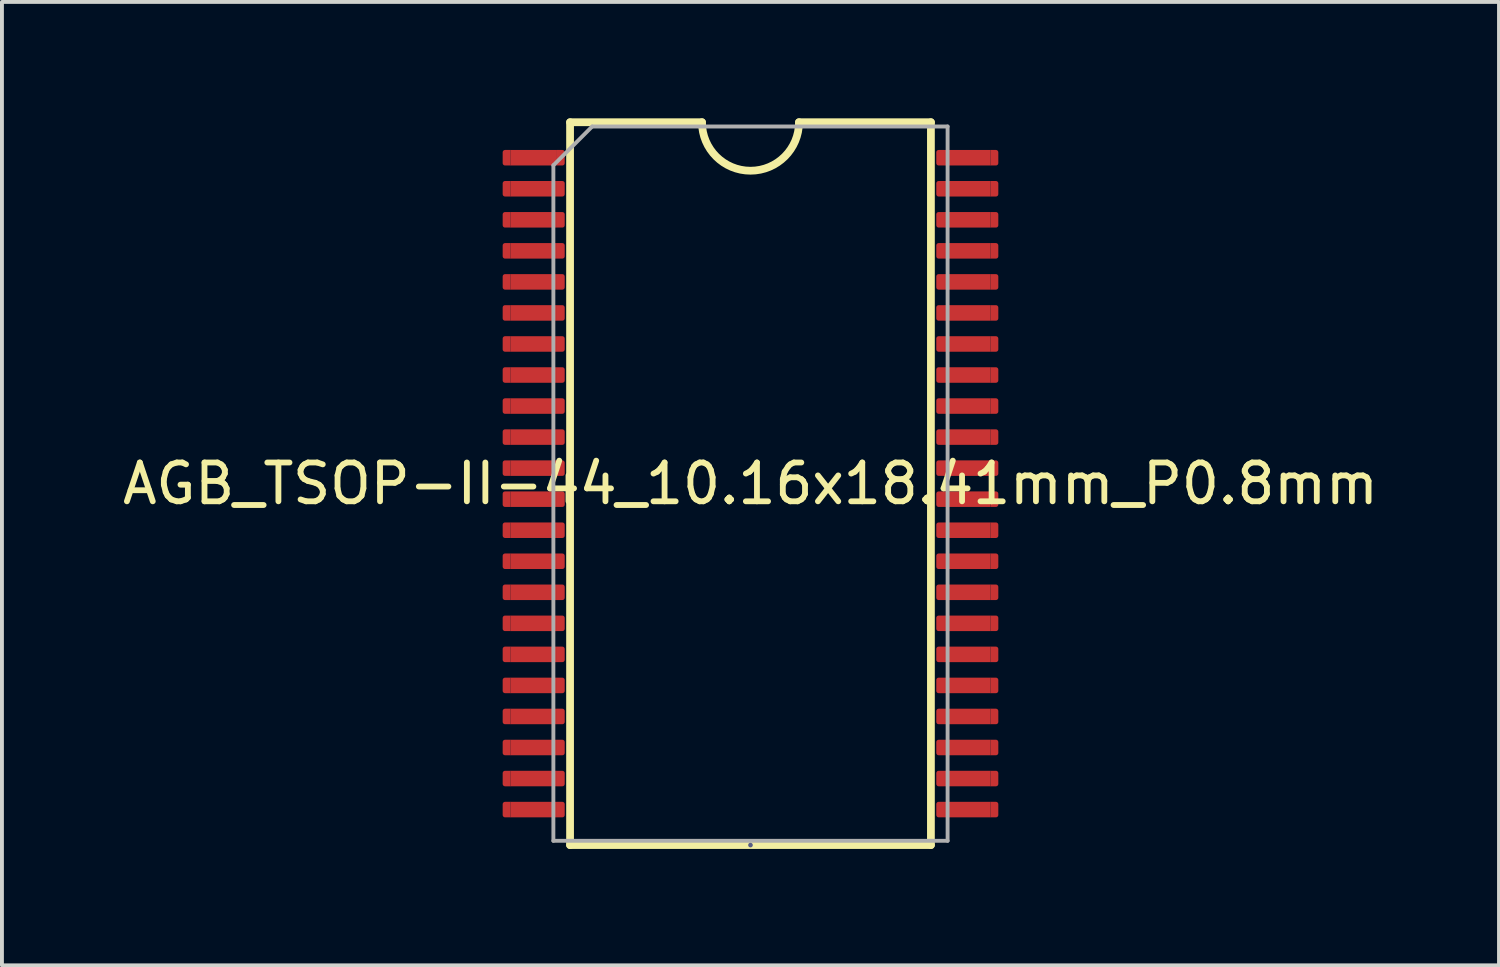
<source format=kicad_pcb>
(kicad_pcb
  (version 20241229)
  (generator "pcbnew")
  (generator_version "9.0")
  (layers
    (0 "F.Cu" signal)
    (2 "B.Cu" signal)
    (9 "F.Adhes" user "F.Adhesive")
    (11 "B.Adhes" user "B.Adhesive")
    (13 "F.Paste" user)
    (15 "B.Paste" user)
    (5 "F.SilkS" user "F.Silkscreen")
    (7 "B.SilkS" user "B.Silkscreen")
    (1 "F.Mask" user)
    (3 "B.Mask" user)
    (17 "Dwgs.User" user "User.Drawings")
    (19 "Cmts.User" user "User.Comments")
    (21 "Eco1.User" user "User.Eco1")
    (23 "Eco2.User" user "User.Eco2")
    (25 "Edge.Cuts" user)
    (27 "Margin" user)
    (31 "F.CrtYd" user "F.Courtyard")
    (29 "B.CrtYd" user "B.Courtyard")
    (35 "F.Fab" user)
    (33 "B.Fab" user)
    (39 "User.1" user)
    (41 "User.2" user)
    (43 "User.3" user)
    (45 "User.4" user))
  (footprint "AGB_TSOP-II-44_10.16x18.41mm_P0.8mm"
    (layer "F.Cu")
    (at 16.292 9.415)
    (property "Reference" "AGB_TSOP-II-44_10.16x18.41mm_P0.8mm" (at 0 0 0) (layer "F.SilkS") (effects (font (size 1 1) (thickness 0.15))))
    (attr smd)
    (fp_line (start -4.65 -9.315) (end -4.65 9.315) (stroke (width 0.2) (type solid)) (layer "F.SilkS"))
    (fp_line (start -4.65 9.315) (end 4.65 9.315) (stroke (width 0.2) (type solid)) (layer "F.SilkS"))
    (fp_line (start -1.25 -9.315) (end -4.65 -9.315) (stroke (width 0.2) (type solid)) (layer "F.SilkS"))
    (fp_line (start 1.25 -9.315) (end 4.65 -9.315) (stroke (width 0.2) (type solid)) (layer "F.SilkS"))
    (fp_line (start 4.65 -9.315) (end 4.65 9.315) (stroke (width 0.2) (type solid)) (layer "F.SilkS"))
    (fp_arc (start 1.25 -9.315) (mid 0 -8.065) (end -1.25 -9.315) (stroke (width 0.2) (type solid)) (layer "F.SilkS"))
    (fp_line (start 0 9.315) (end 0 9.315) (stroke (width 0.12) (type solid)) (layer "B.Fab"))
    (fp_line (start -5.08 -8.205) (end -4.08 -9.205) (stroke (width 0.1) (type solid)) (layer "F.Fab"))
    (fp_line (start -5.08 9.205) (end -5.08 -8.205) (stroke (width 0.1) (type solid)) (layer "F.Fab"))
    (fp_line (start -4.08 -9.205) (end 5.08 -9.205) (stroke (width 0.1) (type solid)) (layer "F.Fab"))
    (fp_line (start 5.08 -9.205) (end 5.08 9.205) (stroke (width 0.1) (type solid)) (layer "F.Fab"))
    (fp_line (start 5.08 9.205) (end -5.08 9.205) (stroke (width 0.1) (type solid)) (layer "F.Fab"))
    (pad "1" smd roundrect (at -6.287 -8.4) (size 0.2 0.4) (layers "F.Cu" "F.Paste") (roundrect_rratio 0.3) (chamfer_ratio 0) (chamfer top_right bottom_right))
    (pad "1" smd rect (at -5.588 -8.4) (size 1.2 0.4) (layers "F.Cu" "F.Mask" "F.Paste"))
    (pad "1" smd roundrect (at -4.888 -8.4 180) (size 0.2 0.4) (layers "F.Cu" "F.Paste") (roundrect_rratio 0.3) (chamfer_ratio 0) (chamfer top_right bottom_right))
    (pad "2" smd roundrect (at -6.287 -7.6) (size 0.2 0.4) (layers "F.Cu" "F.Paste") (roundrect_rratio 0.3) (chamfer_ratio 0) (chamfer top_right bottom_right))
    (pad "2" smd rect (at -5.588 -7.6) (size 1.2 0.4) (layers "F.Cu" "F.Mask" "F.Paste"))
    (pad "2" smd roundrect (at -4.888 -7.6 180) (size 0.2 0.4) (layers "F.Cu" "F.Paste") (roundrect_rratio 0.3) (chamfer_ratio 0) (chamfer top_right bottom_right))
    (pad "3" smd roundrect (at -6.287 -6.8) (size 0.2 0.4) (layers "F.Cu" "F.Paste") (roundrect_rratio 0.3) (chamfer_ratio 0) (chamfer top_right bottom_right))
    (pad "3" smd rect (at -5.588 -6.8) (size 1.2 0.4) (layers "F.Cu" "F.Mask" "F.Paste"))
    (pad "3" smd roundrect (at -4.888 -6.8 180) (size 0.2 0.4) (layers "F.Cu" "F.Paste") (roundrect_rratio 0.3) (chamfer_ratio 0) (chamfer top_right bottom_right))
    (pad "4" smd roundrect (at -6.287 -6) (size 0.2 0.4) (layers "F.Cu" "F.Paste") (roundrect_rratio 0.3) (chamfer_ratio 0) (chamfer top_right bottom_right))
    (pad "4" smd rect (at -5.588 -6) (size 1.2 0.4) (layers "F.Cu" "F.Mask" "F.Paste"))
    (pad "4" smd roundrect (at -4.888 -6 180) (size 0.2 0.4) (layers "F.Cu" "F.Paste") (roundrect_rratio 0.3) (chamfer_ratio 0) (chamfer top_right bottom_right))
    (pad "5" smd roundrect (at -6.287 -5.2) (size 0.2 0.4) (layers "F.Cu" "F.Paste") (roundrect_rratio 0.3) (chamfer_ratio 0) (chamfer top_right bottom_right))
    (pad "5" smd rect (at -5.588 -5.2) (size 1.2 0.4) (layers "F.Cu" "F.Mask" "F.Paste"))
    (pad "5" smd roundrect (at -4.888 -5.2 180) (size 0.2 0.4) (layers "F.Cu" "F.Paste") (roundrect_rratio 0.3) (chamfer_ratio 0) (chamfer top_right bottom_right))
    (pad "6" smd roundrect (at -6.287 -4.4) (size 0.2 0.4) (layers "F.Cu" "F.Paste") (roundrect_rratio 0.3) (chamfer_ratio 0) (chamfer top_right bottom_right))
    (pad "6" smd rect (at -5.588 -4.4) (size 1.2 0.4) (layers "F.Cu" "F.Mask" "F.Paste"))
    (pad "6" smd roundrect (at -4.888 -4.4 180) (size 0.2 0.4) (layers "F.Cu" "F.Paste") (roundrect_rratio 0.3) (chamfer_ratio 0) (chamfer top_right bottom_right))
    (pad "7" smd roundrect (at -6.287 -3.6) (size 0.2 0.4) (layers "F.Cu" "F.Paste") (roundrect_rratio 0.3) (chamfer_ratio 0) (chamfer top_right bottom_right))
    (pad "7" smd rect (at -5.588 -3.6) (size 1.2 0.4) (layers "F.Cu" "F.Mask" "F.Paste"))
    (pad "7" smd roundrect (at -4.888 -3.6 180) (size 0.2 0.4) (layers "F.Cu" "F.Paste") (roundrect_rratio 0.3) (chamfer_ratio 0) (chamfer top_right bottom_right))
    (pad "8" smd roundrect (at -6.287 -2.8) (size 0.2 0.4) (layers "F.Cu" "F.Paste") (roundrect_rratio 0.3) (chamfer_ratio 0) (chamfer top_right bottom_right))
    (pad "8" smd rect (at -5.588 -2.8) (size 1.2 0.4) (layers "F.Cu" "F.Mask" "F.Paste"))
    (pad "8" smd roundrect (at -4.888 -2.8 180) (size 0.2 0.4) (layers "F.Cu" "F.Paste") (roundrect_rratio 0.3) (chamfer_ratio 0) (chamfer top_right bottom_right))
    (pad "9" smd roundrect (at -6.287 -2) (size 0.2 0.4) (layers "F.Cu" "F.Paste") (roundrect_rratio 0.3) (chamfer_ratio 0) (chamfer top_right bottom_right))
    (pad "9" smd rect (at -5.588 -2) (size 1.2 0.4) (layers "F.Cu" "F.Mask" "F.Paste"))
    (pad "9" smd roundrect (at -4.888 -2 180) (size 0.2 0.4) (layers "F.Cu" "F.Paste") (roundrect_rratio 0.3) (chamfer_ratio 0) (chamfer top_right bottom_right))
    (pad "10" smd roundrect (at -6.287 -1.2) (size 0.2 0.4) (layers "F.Cu" "F.Paste") (roundrect_rratio 0.3) (chamfer_ratio 0) (chamfer top_right bottom_right))
    (pad "10" smd rect (at -5.588 -1.2) (size 1.2 0.4) (layers "F.Cu" "F.Mask" "F.Paste"))
    (pad "10" smd roundrect (at -4.888 -1.2 180) (size 0.2 0.4) (layers "F.Cu" "F.Paste") (roundrect_rratio 0.3) (chamfer_ratio 0) (chamfer top_right bottom_right))
    (pad "11" smd roundrect (at -6.287 -0.4) (size 0.2 0.4) (layers "F.Cu" "F.Paste") (roundrect_rratio 0.3) (chamfer_ratio 0) (chamfer top_right bottom_right))
    (pad "11" smd rect (at -5.588 -0.4) (size 1.2 0.4) (layers "F.Cu" "F.Mask" "F.Paste"))
    (pad "11" smd roundrect (at -4.888 -0.4 180) (size 0.2 0.4) (layers "F.Cu" "F.Paste") (roundrect_rratio 0.3) (chamfer_ratio 0) (chamfer top_right bottom_right))
    (pad "12" smd roundrect (at -6.287 0.4) (size 0.2 0.4) (layers "F.Cu" "F.Paste") (roundrect_rratio 0.3) (chamfer_ratio 0) (chamfer top_right bottom_right))
    (pad "12" smd rect (at -5.588 0.4) (size 1.2 0.4) (layers "F.Cu" "F.Mask" "F.Paste"))
    (pad "12" smd roundrect (at -4.888 0.4 180) (size 0.2 0.4) (layers "F.Cu" "F.Paste") (roundrect_rratio 0.3) (chamfer_ratio 0) (chamfer top_right bottom_right))
    (pad "13" smd roundrect (at -6.287 1.2) (size 0.2 0.4) (layers "F.Cu" "F.Paste") (roundrect_rratio 0.3) (chamfer_ratio 0) (chamfer top_right bottom_right))
    (pad "13" smd rect (at -5.588 1.2) (size 1.2 0.4) (layers "F.Cu" "F.Mask" "F.Paste"))
    (pad "13" smd roundrect (at -4.888 1.2 180) (size 0.2 0.4) (layers "F.Cu" "F.Paste") (roundrect_rratio 0.3) (chamfer_ratio 0) (chamfer top_right bottom_right))
    (pad "14" smd roundrect (at -6.287 2) (size 0.2 0.4) (layers "F.Cu" "F.Paste") (roundrect_rratio 0.3) (chamfer_ratio 0) (chamfer top_right bottom_right))
    (pad "14" smd rect (at -5.588 2) (size 1.2 0.4) (layers "F.Cu" "F.Mask" "F.Paste"))
    (pad "14" smd roundrect (at -4.888 2 180) (size 0.2 0.4) (layers "F.Cu" "F.Paste") (roundrect_rratio 0.3) (chamfer_ratio 0) (chamfer top_right bottom_right))
    (pad "15" smd roundrect (at -6.287 2.8) (size 0.2 0.4) (layers "F.Cu" "F.Paste") (roundrect_rratio 0.3) (chamfer_ratio 0) (chamfer top_right bottom_right))
    (pad "15" smd rect (at -5.588 2.8) (size 1.2 0.4) (layers "F.Cu" "F.Mask" "F.Paste"))
    (pad "15" smd roundrect (at -4.888 2.8 180) (size 0.2 0.4) (layers "F.Cu" "F.Paste") (roundrect_rratio 0.3) (chamfer_ratio 0) (chamfer top_right bottom_right))
    (pad "16" smd roundrect (at -6.287 3.6) (size 0.2 0.4) (layers "F.Cu" "F.Paste") (roundrect_rratio 0.3) (chamfer_ratio 0) (chamfer top_right bottom_right))
    (pad "16" smd rect (at -5.588 3.6) (size 1.2 0.4) (layers "F.Cu" "F.Mask" "F.Paste"))
    (pad "16" smd roundrect (at -4.888 3.6 180) (size 0.2 0.4) (layers "F.Cu" "F.Paste") (roundrect_rratio 0.3) (chamfer_ratio 0) (chamfer top_right bottom_right))
    (pad "17" smd roundrect (at -6.287 4.4) (size 0.2 0.4) (layers "F.Cu" "F.Paste") (roundrect_rratio 0.3) (chamfer_ratio 0) (chamfer top_right bottom_right))
    (pad "17" smd rect (at -5.588 4.4) (size 1.2 0.4) (layers "F.Cu" "F.Mask" "F.Paste"))
    (pad "17" smd roundrect (at -4.888 4.4 180) (size 0.2 0.4) (layers "F.Cu" "F.Paste") (roundrect_rratio 0.3) (chamfer_ratio 0) (chamfer top_right bottom_right))
    (pad "18" smd roundrect (at -6.287 5.2) (size 0.2 0.4) (layers "F.Cu" "F.Paste") (roundrect_rratio 0.3) (chamfer_ratio 0) (chamfer top_right bottom_right))
    (pad "18" smd rect (at -5.588 5.2) (size 1.2 0.4) (layers "F.Cu" "F.Mask" "F.Paste"))
    (pad "18" smd roundrect (at -4.888 5.2 180) (size 0.2 0.4) (layers "F.Cu" "F.Paste") (roundrect_rratio 0.3) (chamfer_ratio 0) (chamfer top_right bottom_right))
    (pad "19" smd roundrect (at -6.287 6) (size 0.2 0.4) (layers "F.Cu" "F.Paste") (roundrect_rratio 0.3) (chamfer_ratio 0) (chamfer top_right bottom_right))
    (pad "19" smd rect (at -5.588 6) (size 1.2 0.4) (layers "F.Cu" "F.Mask" "F.Paste"))
    (pad "19" smd roundrect (at -4.888 6 180) (size 0.2 0.4) (layers "F.Cu" "F.Paste") (roundrect_rratio 0.3) (chamfer_ratio 0) (chamfer top_right bottom_right))
    (pad "20" smd roundrect (at -6.287 6.8) (size 0.2 0.4) (layers "F.Cu" "F.Paste") (roundrect_rratio 0.3) (chamfer_ratio 0) (chamfer top_right bottom_right))
    (pad "20" smd rect (at -5.588 6.8) (size 1.2 0.4) (layers "F.Cu" "F.Mask" "F.Paste"))
    (pad "20" smd roundrect (at -4.888 6.8 180) (size 0.2 0.4) (layers "F.Cu" "F.Paste") (roundrect_rratio 0.3) (chamfer_ratio 0) (chamfer top_right bottom_right))
    (pad "21" smd roundrect (at -6.287 7.6) (size 0.2 0.4) (layers "F.Cu" "F.Paste") (roundrect_rratio 0.3) (chamfer_ratio 0) (chamfer top_right bottom_right))
    (pad "21" smd rect (at -5.588 7.6) (size 1.2 0.4) (layers "F.Cu" "F.Mask" "F.Paste"))
    (pad "21" smd roundrect (at -4.888 7.6 180) (size 0.2 0.4) (layers "F.Cu" "F.Paste") (roundrect_rratio 0.3) (chamfer_ratio 0) (chamfer top_right bottom_right))
    (pad "22" smd roundrect (at -6.287 8.4) (size 0.2 0.4) (layers "F.Cu" "F.Paste") (roundrect_rratio 0.3) (chamfer_ratio 0) (chamfer top_right bottom_right))
    (pad "22" smd rect (at -5.588 8.4) (size 1.2 0.4) (layers "F.Cu" "F.Mask" "F.Paste"))
    (pad "22" smd roundrect (at -4.888 8.4 180) (size 0.2 0.4) (layers "F.Cu" "F.Paste") (roundrect_rratio 0.3) (chamfer_ratio 0) (chamfer top_right bottom_right))
    (pad "23" smd roundrect (at 4.888 8.4) (size 0.2 0.4) (layers "F.Cu" "F.Paste") (roundrect_rratio 0.3) (chamfer_ratio 0) (chamfer top_right bottom_right))
    (pad "23" smd rect (at 5.588 8.4) (size 1.2 0.4) (layers "F.Cu" "F.Mask" "F.Paste"))
    (pad "23" smd roundrect (at 6.287 8.4 180) (size 0.2 0.4) (layers "F.Cu" "F.Paste") (roundrect_rratio 0.3) (chamfer_ratio 0) (chamfer top_right bottom_right))
    (pad "24" smd roundrect (at 4.888 7.6) (size 0.2 0.4) (layers "F.Cu" "F.Paste") (roundrect_rratio 0.3) (chamfer_ratio 0) (chamfer top_right bottom_right))
    (pad "24" smd rect (at 5.588 7.6) (size 1.2 0.4) (layers "F.Cu" "F.Mask" "F.Paste"))
    (pad "24" smd roundrect (at 6.287 7.6 180) (size 0.2 0.4) (layers "F.Cu" "F.Paste") (roundrect_rratio 0.3) (chamfer_ratio 0) (chamfer top_right bottom_right))
    (pad "25" smd roundrect (at 4.888 6.8) (size 0.2 0.4) (layers "F.Cu" "F.Paste") (roundrect_rratio 0.3) (chamfer_ratio 0) (chamfer top_right bottom_right))
    (pad "25" smd rect (at 5.588 6.8) (size 1.2 0.4) (layers "F.Cu" "F.Mask" "F.Paste"))
    (pad "25" smd roundrect (at 6.287 6.8 180) (size 0.2 0.4) (layers "F.Cu" "F.Paste") (roundrect_rratio 0.3) (chamfer_ratio 0) (chamfer top_right bottom_right))
    (pad "26" smd roundrect (at 4.888 6) (size 0.2 0.4) (layers "F.Cu" "F.Paste") (roundrect_rratio 0.3) (chamfer_ratio 0) (chamfer top_right bottom_right))
    (pad "26" smd rect (at 5.588 6) (size 1.2 0.4) (layers "F.Cu" "F.Mask" "F.Paste"))
    (pad "26" smd roundrect (at 6.287 6 180) (size 0.2 0.4) (layers "F.Cu" "F.Paste") (roundrect_rratio 0.3) (chamfer_ratio 0) (chamfer top_right bottom_right))
    (pad "27" smd roundrect (at 4.888 5.2) (size 0.2 0.4) (layers "F.Cu" "F.Paste") (roundrect_rratio 0.3) (chamfer_ratio 0) (chamfer top_right bottom_right))
    (pad "27" smd rect (at 5.588 5.2) (size 1.2 0.4) (layers "F.Cu" "F.Mask" "F.Paste"))
    (pad "27" smd roundrect (at 6.287 5.2 180) (size 0.2 0.4) (layers "F.Cu" "F.Paste") (roundrect_rratio 0.3) (chamfer_ratio 0) (chamfer top_right bottom_right))
    (pad "28" smd roundrect (at 4.888 4.4) (size 0.2 0.4) (layers "F.Cu" "F.Paste") (roundrect_rratio 0.3) (chamfer_ratio 0) (chamfer top_right bottom_right))
    (pad "28" smd rect (at 5.588 4.4) (size 1.2 0.4) (layers "F.Cu" "F.Mask" "F.Paste"))
    (pad "28" smd roundrect (at 6.287 4.4 180) (size 0.2 0.4) (layers "F.Cu" "F.Paste") (roundrect_rratio 0.3) (chamfer_ratio 0) (chamfer top_right bottom_right))
    (pad "29" smd roundrect (at 4.888 3.6) (size 0.2 0.4) (layers "F.Cu" "F.Paste") (roundrect_rratio 0.3) (chamfer_ratio 0) (chamfer top_right bottom_right))
    (pad "29" smd rect (at 5.588 3.6) (size 1.2 0.4) (layers "F.Cu" "F.Mask" "F.Paste"))
    (pad "29" smd roundrect (at 6.287 3.6 180) (size 0.2 0.4) (layers "F.Cu" "F.Paste") (roundrect_rratio 0.3) (chamfer_ratio 0) (chamfer top_right bottom_right))
    (pad "30" smd roundrect (at 4.888 2.8) (size 0.2 0.4) (layers "F.Cu" "F.Paste") (roundrect_rratio 0.3) (chamfer_ratio 0) (chamfer top_right bottom_right))
    (pad "30" smd rect (at 5.588 2.8) (size 1.2 0.4) (layers "F.Cu" "F.Mask" "F.Paste"))
    (pad "30" smd roundrect (at 6.287 2.8 180) (size 0.2 0.4) (layers "F.Cu" "F.Paste") (roundrect_rratio 0.3) (chamfer_ratio 0) (chamfer top_right bottom_right))
    (pad "31" smd roundrect (at 4.888 2) (size 0.2 0.4) (layers "F.Cu" "F.Paste") (roundrect_rratio 0.3) (chamfer_ratio 0) (chamfer top_right bottom_right))
    (pad "31" smd rect (at 5.588 2) (size 1.2 0.4) (layers "F.Cu" "F.Mask" "F.Paste"))
    (pad "31" smd roundrect (at 6.287 2 180) (size 0.2 0.4) (layers "F.Cu" "F.Paste") (roundrect_rratio 0.3) (chamfer_ratio 0) (chamfer top_right bottom_right))
    (pad "32" smd roundrect (at 4.888 1.2) (size 0.2 0.4) (layers "F.Cu" "F.Paste") (roundrect_rratio 0.3) (chamfer_ratio 0) (chamfer top_right bottom_right))
    (pad "32" smd rect (at 5.588 1.2) (size 1.2 0.4) (layers "F.Cu" "F.Mask" "F.Paste"))
    (pad "32" smd roundrect (at 6.287 1.2 180) (size 0.2 0.4) (layers "F.Cu" "F.Paste") (roundrect_rratio 0.3) (chamfer_ratio 0) (chamfer top_right bottom_right))
    (pad "33" smd roundrect (at 4.888 0.4) (size 0.2 0.4) (layers "F.Cu" "F.Paste") (roundrect_rratio 0.3) (chamfer_ratio 0) (chamfer top_right bottom_right))
    (pad "33" smd rect (at 5.588 0.4) (size 1.2 0.4) (layers "F.Cu" "F.Mask" "F.Paste"))
    (pad "33" smd roundrect (at 6.287 0.4 180) (size 0.2 0.4) (layers "F.Cu" "F.Paste") (roundrect_rratio 0.3) (chamfer_ratio 0) (chamfer top_right bottom_right))
    (pad "34" smd roundrect (at 4.888 -0.4) (size 0.2 0.4) (layers "F.Cu" "F.Paste") (roundrect_rratio 0.3) (chamfer_ratio 0) (chamfer top_right bottom_right))
    (pad "34" smd rect (at 5.588 -0.4) (size 1.2 0.4) (layers "F.Cu" "F.Mask" "F.Paste"))
    (pad "34" smd roundrect (at 6.287 -0.4 180) (size 0.2 0.4) (layers "F.Cu" "F.Paste") (roundrect_rratio 0.3) (chamfer_ratio 0) (chamfer top_right bottom_right))
    (pad "35" smd roundrect (at 4.888 -1.2) (size 0.2 0.4) (layers "F.Cu" "F.Paste") (roundrect_rratio 0.3) (chamfer_ratio 0) (chamfer top_right bottom_right))
    (pad "35" smd rect (at 5.588 -1.2) (size 1.2 0.4) (layers "F.Cu" "F.Mask" "F.Paste"))
    (pad "35" smd roundrect (at 6.287 -1.2 180) (size 0.2 0.4) (layers "F.Cu" "F.Paste") (roundrect_rratio 0.3) (chamfer_ratio 0) (chamfer top_right bottom_right))
    (pad "36" smd roundrect (at 4.888 -2) (size 0.2 0.4) (layers "F.Cu" "F.Paste") (roundrect_rratio 0.3) (chamfer_ratio 0) (chamfer top_right bottom_right))
    (pad "36" smd rect (at 5.588 -2) (size 1.2 0.4) (layers "F.Cu" "F.Mask" "F.Paste"))
    (pad "36" smd roundrect (at 6.287 -2 180) (size 0.2 0.4) (layers "F.Cu" "F.Paste") (roundrect_rratio 0.3) (chamfer_ratio 0) (chamfer top_right bottom_right))
    (pad "37" smd roundrect (at 4.888 -2.8) (size 0.2 0.4) (layers "F.Cu" "F.Paste") (roundrect_rratio 0.3) (chamfer_ratio 0) (chamfer top_right bottom_right))
    (pad "37" smd rect (at 5.588 -2.8) (size 1.2 0.4) (layers "F.Cu" "F.Mask" "F.Paste"))
    (pad "37" smd roundrect (at 6.287 -2.8 180) (size 0.2 0.4) (layers "F.Cu" "F.Paste") (roundrect_rratio 0.3) (chamfer_ratio 0) (chamfer top_right bottom_right))
    (pad "38" smd roundrect (at 4.888 -3.6) (size 0.2 0.4) (layers "F.Cu" "F.Paste") (roundrect_rratio 0.3) (chamfer_ratio 0) (chamfer top_right bottom_right))
    (pad "38" smd rect (at 5.588 -3.6) (size 1.2 0.4) (layers "F.Cu" "F.Mask" "F.Paste"))
    (pad "38" smd roundrect (at 6.287 -3.6 180) (size 0.2 0.4) (layers "F.Cu" "F.Paste") (roundrect_rratio 0.3) (chamfer_ratio 0) (chamfer top_right bottom_right))
    (pad "39" smd roundrect (at 4.888 -4.4) (size 0.2 0.4) (layers "F.Cu" "F.Paste") (roundrect_rratio 0.3) (chamfer_ratio 0) (chamfer top_right bottom_right))
    (pad "39" smd rect (at 5.588 -4.4) (size 1.2 0.4) (layers "F.Cu" "F.Mask" "F.Paste"))
    (pad "39" smd roundrect (at 6.287 -4.4 180) (size 0.2 0.4) (layers "F.Cu" "F.Paste") (roundrect_rratio 0.3) (chamfer_ratio 0) (chamfer top_right bottom_right))
    (pad "40" smd roundrect (at 4.888 -5.2) (size 0.2 0.4) (layers "F.Cu" "F.Paste") (roundrect_rratio 0.3) (chamfer_ratio 0) (chamfer top_right bottom_right))
    (pad "40" smd rect (at 5.588 -5.2) (size 1.2 0.4) (layers "F.Cu" "F.Mask" "F.Paste"))
    (pad "40" smd roundrect (at 6.287 -5.2 180) (size 0.2 0.4) (layers "F.Cu" "F.Paste") (roundrect_rratio 0.3) (chamfer_ratio 0) (chamfer top_right bottom_right))
    (pad "41" smd roundrect (at 4.888 -6) (size 0.2 0.4) (layers "F.Cu" "F.Paste") (roundrect_rratio 0.3) (chamfer_ratio 0) (chamfer top_right bottom_right))
    (pad "41" smd rect (at 5.588 -6) (size 1.2 0.4) (layers "F.Cu" "F.Mask" "F.Paste"))
    (pad "41" smd roundrect (at 6.287 -6 180) (size 0.2 0.4) (layers "F.Cu" "F.Paste") (roundrect_rratio 0.3) (chamfer_ratio 0) (chamfer top_right bottom_right))
    (pad "42" smd roundrect (at 4.888 -6.8) (size 0.2 0.4) (layers "F.Cu" "F.Paste") (roundrect_rratio 0.3) (chamfer_ratio 0) (chamfer top_right bottom_right))
    (pad "42" smd rect (at 5.588 -6.8) (size 1.2 0.4) (layers "F.Cu" "F.Mask" "F.Paste"))
    (pad "42" smd roundrect (at 6.287 -6.8 180) (size 0.2 0.4) (layers "F.Cu" "F.Paste") (roundrect_rratio 0.3) (chamfer_ratio 0) (chamfer top_right bottom_right))
    (pad "43" smd roundrect (at 4.888 -7.6) (size 0.2 0.4) (layers "F.Cu" "F.Paste") (roundrect_rratio 0.3) (chamfer_ratio 0) (chamfer top_right bottom_right))
    (pad "43" smd rect (at 5.588 -7.6) (size 1.2 0.4) (layers "F.Cu" "F.Mask" "F.Paste"))
    (pad "43" smd roundrect (at 6.287 -7.6 180) (size 0.2 0.4) (layers "F.Cu" "F.Paste") (roundrect_rratio 0.3) (chamfer_ratio 0) (chamfer top_right bottom_right))
    (pad "44" smd roundrect (at 4.888 -8.4) (size 0.2 0.4) (layers "F.Cu" "F.Paste") (roundrect_rratio 0.3) (chamfer_ratio 0) (chamfer top_right bottom_right))
    (pad "44" smd rect (at 5.588 -8.4) (size 1.2 0.4) (layers "F.Cu" "F.Mask" "F.Paste"))
    (pad "44" smd roundrect (at 6.287 -8.4 180) (size 0.2 0.4) (layers "F.Cu" "F.Paste") (roundrect_rratio 0.3) (chamfer_ratio 0) (chamfer top_right bottom_right)))
  (gr_rect
    (start -3 -3)
    (end 35.583 21.83)
    (stroke (width 0.1) (type default))
    (fill no)
    (layer "Edge.Cuts")))
</source>
